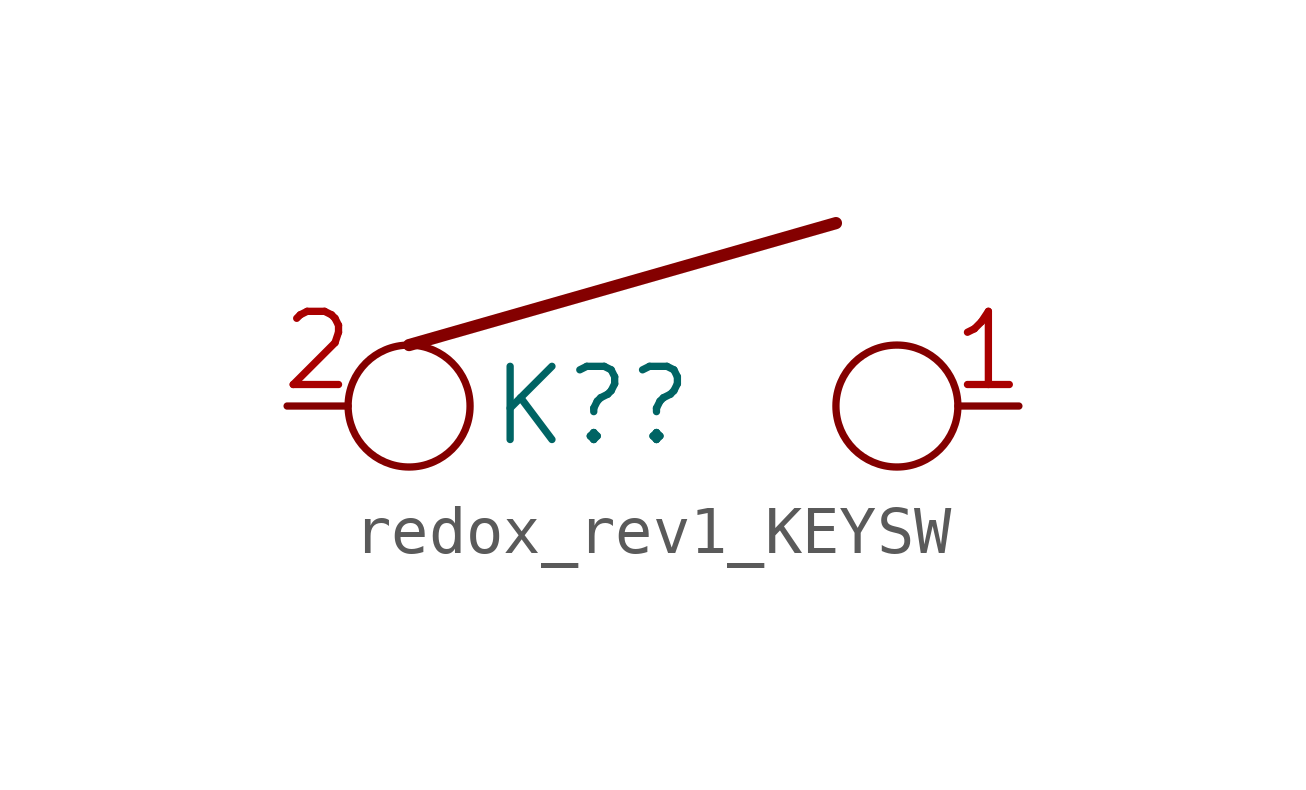
<source format=kicad_sym>
(kicad_symbol_lib
  (version 20231120)
  (generator "kicad_symbol_editor")
  (generator_version "8.0")
  (symbol "redox_rev1_KEYSW"
    (pin_names
      (offset 1.016))
    (property "Reference" "K?"
      (at -1.27 0 0)
      (effects (font (size 1.524 1.524))))
    (property "Footprint" ""
      (at 0 0 0)
      (effects (font (size 1.524 1.524))))
    (property "Datasheet" ""
      (at 0 0 0)
      (effects (font (size 1.524 1.524))))
    (symbol "redox_rev1_KEYSW_0_1"
      (circle (center -5.08 0) (radius 1.27) (stroke (width 0) (type solid)) (fill (type none)))
      (polyline (pts (xy -5.08 1.27) (xy 3.81 3.81)) (stroke (width 0.254) (type solid)) (fill (type none)))
      (circle (center 5.08 0) (radius 1.27) (stroke (width 0) (type solid)) (fill (type none))))
    (symbol "redox_rev1_KEYSW_1_1"
      (pin passive line (at 7.62 0 180) (length 1.27) (name "~" (effects (font (size 1.524 1.524)))) (number "1" (effects (font (size 1.524 1.524)))))
      (pin passive line (at -7.62 0 0) (length 1.27) (name "~" (effects (font (size 1.524 1.524)))) (number "2" (effects (font (size 1.524 1.524))))))))
</source>
